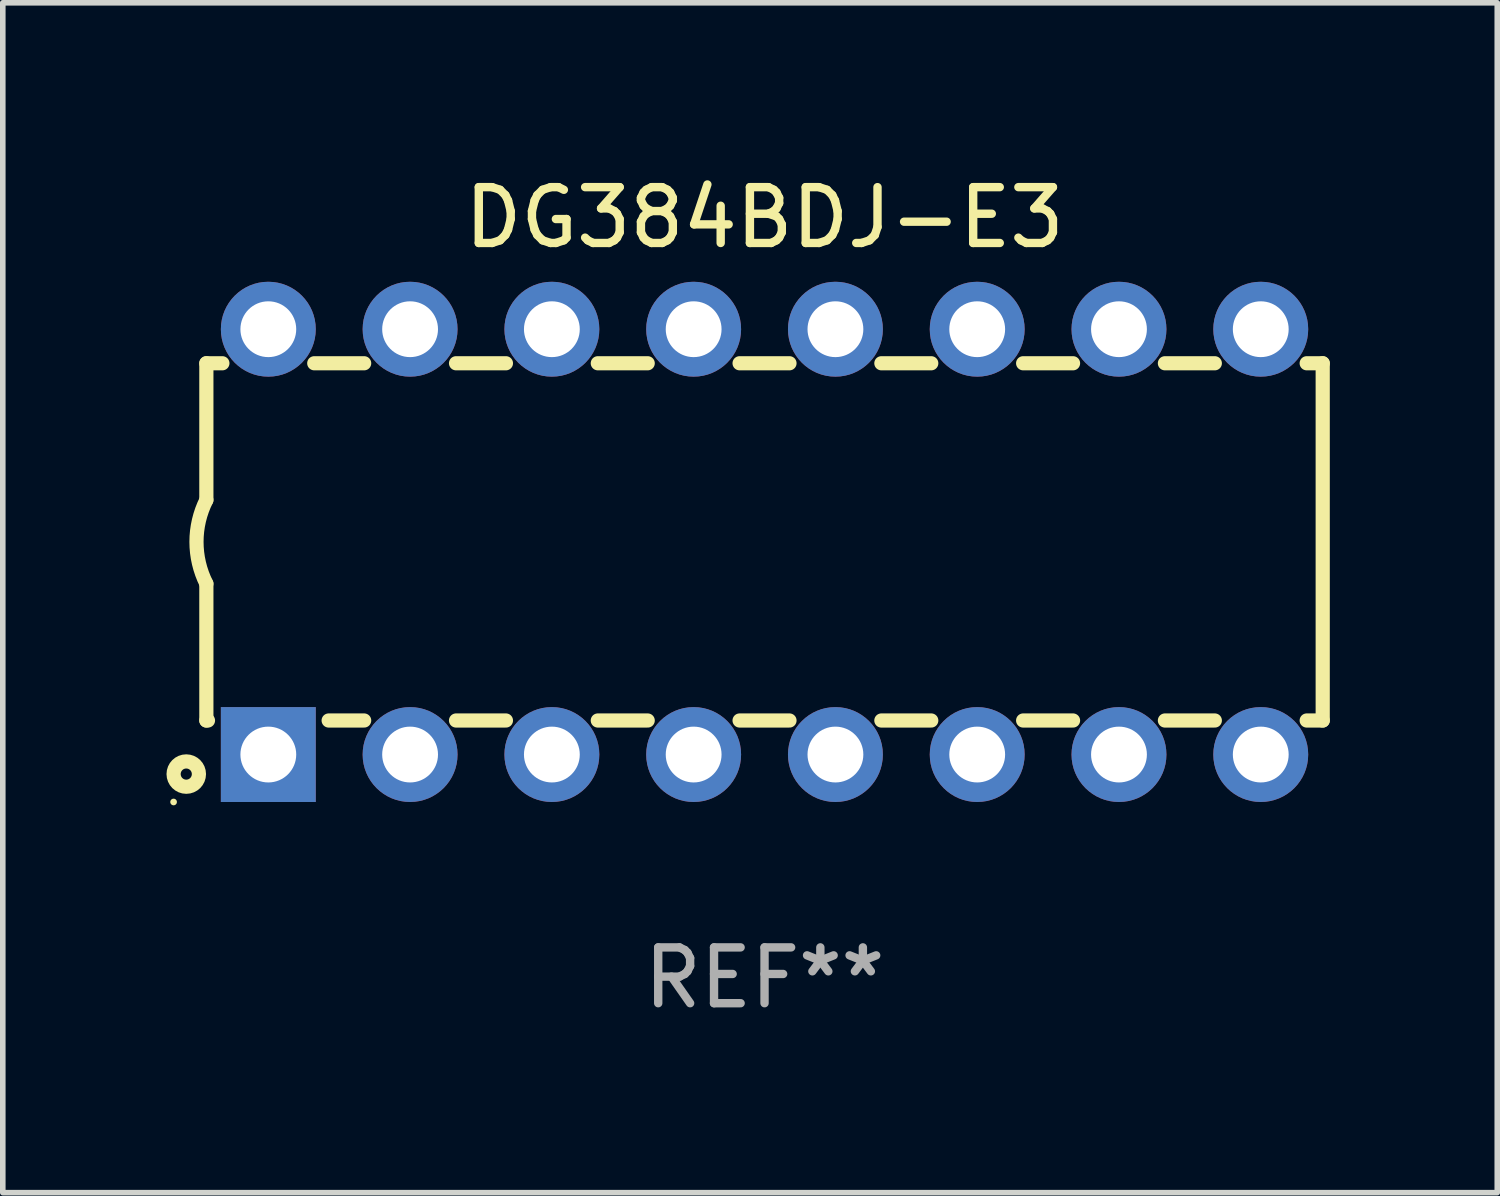
<source format=kicad_pcb>
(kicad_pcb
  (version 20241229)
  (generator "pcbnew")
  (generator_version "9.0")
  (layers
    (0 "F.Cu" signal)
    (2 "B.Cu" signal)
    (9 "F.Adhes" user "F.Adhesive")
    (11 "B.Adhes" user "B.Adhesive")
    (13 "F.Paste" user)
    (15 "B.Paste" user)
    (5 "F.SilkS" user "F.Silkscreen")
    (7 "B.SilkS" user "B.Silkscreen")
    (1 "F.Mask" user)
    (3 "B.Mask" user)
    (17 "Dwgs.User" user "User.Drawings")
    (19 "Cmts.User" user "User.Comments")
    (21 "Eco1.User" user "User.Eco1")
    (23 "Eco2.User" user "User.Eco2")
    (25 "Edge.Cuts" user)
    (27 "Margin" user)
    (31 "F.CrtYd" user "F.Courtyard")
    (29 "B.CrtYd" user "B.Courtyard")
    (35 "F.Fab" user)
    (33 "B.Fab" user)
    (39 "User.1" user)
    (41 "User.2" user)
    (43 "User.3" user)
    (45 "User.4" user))
  (footprint "DG384BDJ-E3"
    (layer "F.Cu")
    (at 10.647 6.658)
    (property "Reference" "DG384BDJ-E3" (at 0 -5.81 0) (layer "F.SilkS") (effects (font (size 1 1) (thickness 0.15))))
    (attr through_hole)
    (fp_line (start -10 -3.2) (end -10 -0.75) (stroke (width 0.254) (type solid)) (layer "F.SilkS"))
    (fp_line (start -10 -3.2) (end -9.713 -3.2) (stroke (width 0.254) (type solid)) (layer "F.SilkS"))
    (fp_line (start -10 3.2) (end -10 0.75) (stroke (width 0.254) (type solid)) (layer "F.SilkS"))
    (fp_line (start -10 3.2) (end -9.971 3.2) (stroke (width 0.254) (type solid)) (layer "F.SilkS"))
    (fp_line (start -8.067 -3.2) (end -7.173 -3.2) (stroke (width 0.254) (type solid)) (layer "F.SilkS"))
    (fp_line (start -7.809 3.2) (end -7.173 3.2) (stroke (width 0.254) (type solid)) (layer "F.SilkS"))
    (fp_line (start -5.527 3.2) (end -4.633 3.2) (stroke (width 0.254) (type solid)) (layer "F.SilkS"))
    (fp_line (start -5.527 -3.2) (end -4.633 -3.2) (stroke (width 0.254) (type solid)) (layer "F.SilkS"))
    (fp_line (start -2.987 3.2) (end -2.093 3.2) (stroke (width 0.254) (type solid)) (layer "F.SilkS"))
    (fp_line (start -2.987 -3.2) (end -2.093 -3.2) (stroke (width 0.254) (type solid)) (layer "F.SilkS"))
    (fp_line (start -0.447 3.2) (end 0.447 3.2) (stroke (width 0.254) (type solid)) (layer "F.SilkS"))
    (fp_line (start -0.447 -3.2) (end 0.447 -3.2) (stroke (width 0.254) (type solid)) (layer "F.SilkS"))
    (fp_line (start 2.093 3.2) (end 2.987 3.2) (stroke (width 0.254) (type solid)) (layer "F.SilkS"))
    (fp_line (start 2.093 -3.2) (end 2.987 -3.2) (stroke (width 0.254) (type solid)) (layer "F.SilkS"))
    (fp_line (start 4.633 3.2) (end 5.527 3.2) (stroke (width 0.254) (type solid)) (layer "F.SilkS"))
    (fp_line (start 4.633 -3.2) (end 5.527 -3.2) (stroke (width 0.254) (type solid)) (layer "F.SilkS"))
    (fp_line (start 7.173 3.2) (end 8.067 3.2) (stroke (width 0.254) (type solid)) (layer "F.SilkS"))
    (fp_line (start 7.173 -3.2) (end 8.067 -3.2) (stroke (width 0.254) (type solid)) (layer "F.SilkS"))
    (fp_line (start 9.713 3.2) (end 10 3.2) (stroke (width 0.254) (type solid)) (layer "F.SilkS"))
    (fp_line (start 9.713 -3.2) (end 10 -3.2) (stroke (width 0.254) (type solid)) (layer "F.SilkS"))
    (fp_line (start 10 -3.2) (end 10 3.2) (stroke (width 0.254) (type solid)) (layer "F.SilkS"))
    (fp_arc (start -10 0.748793) (mid -10.176918 -0.000607) (end -10.000025 -0.750013) (stroke (width 0.254001) (type solid)) (layer "F.SilkS"))
    (fp_circle (center -10.587 4.66) (end -10.557 4.66) (stroke (width 0.06) (type solid)) (fill no) (layer "F.SilkS"))
    (fp_circle (center -10.36 4.16) (end -10.26 4.16) (stroke (width 0.254) (type solid)) (fill no) (layer "F.SilkS"))
    (fp_text user "REF**" (at 0 7.81 0) (layer "F.Fab") (effects (font (size 1 1) (thickness 0.15))))
    (pad "1" thru_hole rect (at -8.89 3.81 90) (size 1.7 1.7) (drill 1) (layers "*.Cu" "*.Mask"))
    (pad "2" thru_hole circle (at -6.35 3.81) (size 1.7 1.7) (drill 1) (layers "*.Cu" "*.Mask"))
    (pad "3" thru_hole circle (at -3.81 3.81) (size 1.7 1.7) (drill 1) (layers "*.Cu" "*.Mask"))
    (pad "4" thru_hole circle (at -1.27 3.81) (size 1.7 1.7) (drill 1) (layers "*.Cu" "*.Mask"))
    (pad "5" thru_hole circle (at 1.27 3.81) (size 1.7 1.7) (drill 1) (layers "*.Cu" "*.Mask"))
    (pad "6" thru_hole circle (at 3.81 3.81) (size 1.7 1.7) (drill 1) (layers "*.Cu" "*.Mask"))
    (pad "7" thru_hole circle (at 6.35 3.81) (size 1.7 1.7) (drill 1) (layers "*.Cu" "*.Mask"))
    (pad "8" thru_hole circle (at 8.89 3.81) (size 1.7 1.7) (drill 1) (layers "*.Cu" "*.Mask"))
    (pad "9" thru_hole circle (at 8.89 -3.81) (size 1.7 1.7) (drill 1) (layers "*.Cu" "*.Mask"))
    (pad "10" thru_hole circle (at 6.35 -3.81) (size 1.7 1.7) (drill 1) (layers "*.Cu" "*.Mask"))
    (pad "11" thru_hole circle (at 3.81 -3.81) (size 1.7 1.7) (drill 1) (layers "*.Cu" "*.Mask"))
    (pad "12" thru_hole circle (at 1.27 -3.81) (size 1.7 1.7) (drill 1) (layers "*.Cu" "*.Mask"))
    (pad "13" thru_hole circle (at -1.27 -3.81) (size 1.7 1.7) (drill 1) (layers "*.Cu" "*.Mask"))
    (pad "14" thru_hole circle (at -3.81 -3.81) (size 1.7 1.7) (drill 1) (layers "*.Cu" "*.Mask"))
    (pad "15" thru_hole circle (at -6.35 -3.81) (size 1.7 1.7) (drill 1) (layers "*.Cu" "*.Mask"))
    (pad "16" thru_hole circle (at -8.89 -3.81) (size 1.7 1.7) (drill 1) (layers "*.Cu" "*.Mask")))
  (gr_rect
    (start -3 -3)
    (end 23.774 18.317)
    (stroke (width 0.1) (type default))
    (fill no)
    (layer "Edge.Cuts")))
</source>
